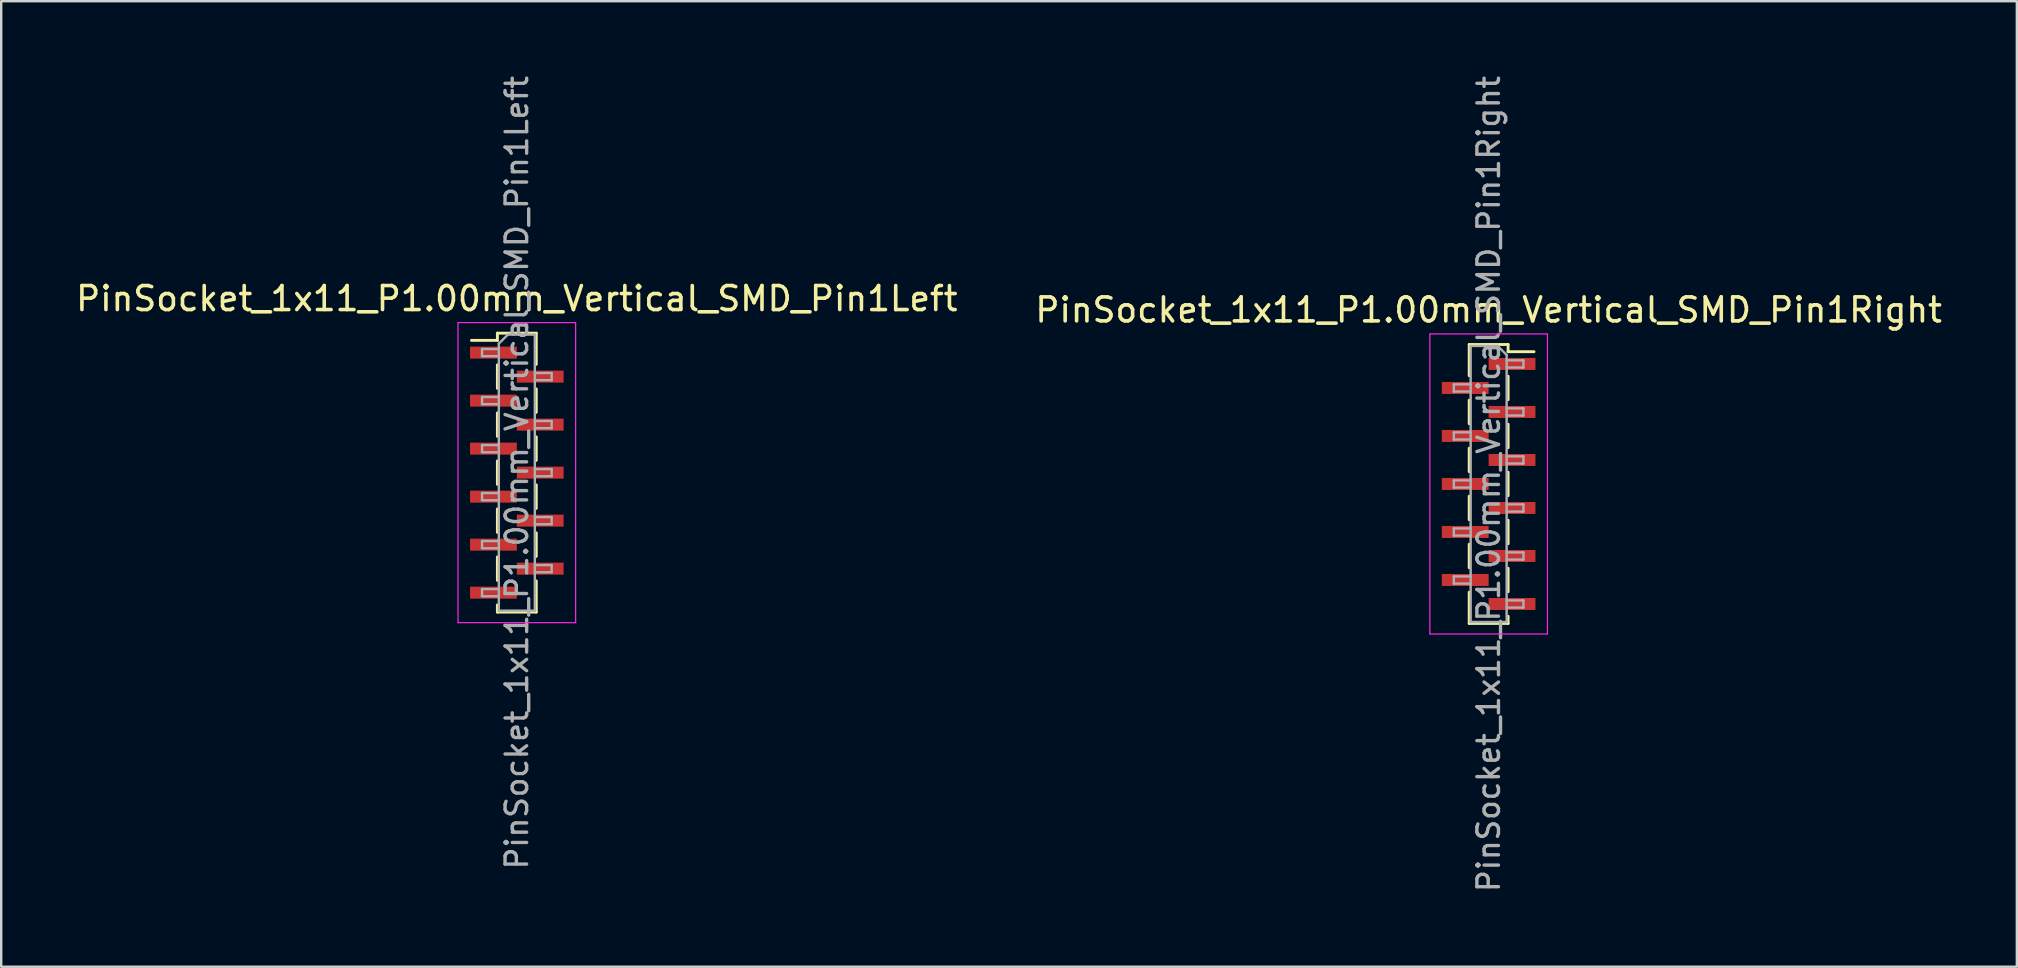
<source format=kicad_pcb>
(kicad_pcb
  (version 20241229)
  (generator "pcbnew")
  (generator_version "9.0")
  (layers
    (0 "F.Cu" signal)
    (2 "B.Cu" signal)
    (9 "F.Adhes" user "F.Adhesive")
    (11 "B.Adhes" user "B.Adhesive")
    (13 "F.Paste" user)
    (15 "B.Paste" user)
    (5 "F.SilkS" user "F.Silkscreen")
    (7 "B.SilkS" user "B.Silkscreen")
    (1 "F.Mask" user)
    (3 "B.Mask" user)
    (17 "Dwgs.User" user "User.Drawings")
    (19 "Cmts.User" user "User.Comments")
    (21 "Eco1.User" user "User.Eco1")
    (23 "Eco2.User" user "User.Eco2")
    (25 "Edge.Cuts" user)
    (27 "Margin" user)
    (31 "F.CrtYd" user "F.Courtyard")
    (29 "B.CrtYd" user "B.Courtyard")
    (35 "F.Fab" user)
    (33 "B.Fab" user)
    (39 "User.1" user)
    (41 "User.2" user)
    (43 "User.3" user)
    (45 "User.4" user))
  (footprint "PinSocket_1x11_P1.00mm_Vertical_SMD_Pin1Right"
    (layer "F.Cu")
    (at 58.97 17.113)
    (property "Reference" "PinSocket_1x11_P1.00mm_Vertical_SMD_Pin1Right" (at 0 -7.25 0) (layer "F.SilkS") (effects (font (size 1 1) (thickness 0.15))))
    (attr smd)
    (fp_line (start -0.81 -5.81) (end -0.81 -4.51) (stroke (width 0.12) (type solid)) (layer "F.SilkS"))
    (fp_line (start -0.81 -5.81) (end 0.81 -5.81) (stroke (width 0.12) (type solid)) (layer "F.SilkS"))
    (fp_line (start -0.81 -3.49) (end -0.81 -2.51) (stroke (width 0.12) (type solid)) (layer "F.SilkS"))
    (fp_line (start -0.81 -1.49) (end -0.81 -0.51) (stroke (width 0.12) (type solid)) (layer "F.SilkS"))
    (fp_line (start -0.81 0.51) (end -0.81 1.49) (stroke (width 0.12) (type solid)) (layer "F.SilkS"))
    (fp_line (start -0.81 2.51) (end -0.81 3.49) (stroke (width 0.12) (type solid)) (layer "F.SilkS"))
    (fp_line (start -0.81 4.51) (end -0.81 5.81) (stroke (width 0.12) (type solid)) (layer "F.SilkS"))
    (fp_line (start -0.81 5.81) (end 0.81 5.81) (stroke (width 0.12) (type solid)) (layer "F.SilkS"))
    (fp_line (start 0.81 -5.81) (end 0.81 -5.51) (stroke (width 0.12) (type solid)) (layer "F.SilkS"))
    (fp_line (start 0.81 -5.51) (end 1.89 -5.51) (stroke (width 0.12) (type solid)) (layer "F.SilkS"))
    (fp_line (start 0.81 -4.49) (end 0.81 -3.51) (stroke (width 0.12) (type solid)) (layer "F.SilkS"))
    (fp_line (start 0.81 -2.49) (end 0.81 -1.51) (stroke (width 0.12) (type solid)) (layer "F.SilkS"))
    (fp_line (start 0.81 -0.49) (end 0.81 0.49) (stroke (width 0.12) (type solid)) (layer "F.SilkS"))
    (fp_line (start 0.81 1.51) (end 0.81 2.49) (stroke (width 0.12) (type solid)) (layer "F.SilkS"))
    (fp_line (start 0.81 3.51) (end 0.81 4.49) (stroke (width 0.12) (type solid)) (layer "F.SilkS"))
    (fp_line (start 0.81 5.51) (end 0.81 5.81) (stroke (width 0.12) (type solid)) (layer "F.SilkS"))
    (fp_line (start -2.45 -6.25) (end 2.45 -6.25) (stroke (width 0.05) (type solid)) (layer "F.CrtYd"))
    (fp_line (start -2.45 6.25) (end -2.45 -6.25) (stroke (width 0.05) (type solid)) (layer "F.CrtYd"))
    (fp_line (start 2.45 -6.25) (end 2.45 6.25) (stroke (width 0.05) (type solid)) (layer "F.CrtYd"))
    (fp_line (start 2.45 6.25) (end -2.45 6.25) (stroke (width 0.05) (type solid)) (layer "F.CrtYd"))
    (fp_line (start -1.45 -4.15) (end -0.75 -4.15) (stroke (width 0.1) (type solid)) (layer "F.Fab"))
    (fp_line (start -1.45 -3.85) (end -1.45 -4.15) (stroke (width 0.1) (type solid)) (layer "F.Fab"))
    (fp_line (start -1.45 -2.15) (end -0.75 -2.15) (stroke (width 0.1) (type solid)) (layer "F.Fab"))
    (fp_line (start -1.45 -1.85) (end -1.45 -2.15) (stroke (width 0.1) (type solid)) (layer "F.Fab"))
    (fp_line (start -1.45 -0.15) (end -0.75 -0.15) (stroke (width 0.1) (type solid)) (layer "F.Fab"))
    (fp_line (start -1.45 0.15) (end -1.45 -0.15) (stroke (width 0.1) (type solid)) (layer "F.Fab"))
    (fp_line (start -1.45 1.85) (end -0.75 1.85) (stroke (width 0.1) (type solid)) (layer "F.Fab"))
    (fp_line (start -1.45 2.15) (end -1.45 1.85) (stroke (width 0.1) (type solid)) (layer "F.Fab"))
    (fp_line (start -1.45 3.85) (end -0.75 3.85) (stroke (width 0.1) (type solid)) (layer "F.Fab"))
    (fp_line (start -1.45 4.15) (end -1.45 3.85) (stroke (width 0.1) (type solid)) (layer "F.Fab"))
    (fp_line (start -0.75 -5.75) (end 0.375 -5.75) (stroke (width 0.1) (type solid)) (layer "F.Fab"))
    (fp_line (start -0.75 -3.85) (end -1.45 -3.85) (stroke (width 0.1) (type solid)) (layer "F.Fab"))
    (fp_line (start -0.75 -1.85) (end -1.45 -1.85) (stroke (width 0.1) (type solid)) (layer "F.Fab"))
    (fp_line (start -0.75 0.15) (end -1.45 0.15) (stroke (width 0.1) (type solid)) (layer "F.Fab"))
    (fp_line (start -0.75 2.15) (end -1.45 2.15) (stroke (width 0.1) (type solid)) (layer "F.Fab"))
    (fp_line (start -0.75 4.15) (end -1.45 4.15) (stroke (width 0.1) (type solid)) (layer "F.Fab"))
    (fp_line (start -0.75 5.75) (end -0.75 -5.75) (stroke (width 0.1) (type solid)) (layer "F.Fab"))
    (fp_line (start 0.375 -5.75) (end 0.75 -5.375) (stroke (width 0.1) (type solid)) (layer "F.Fab"))
    (fp_line (start 0.75 -5.375) (end 0.75 5.75) (stroke (width 0.1) (type solid)) (layer "F.Fab"))
    (fp_line (start 0.75 -5.15) (end 1.45 -5.15) (stroke (width 0.1) (type solid)) (layer "F.Fab"))
    (fp_line (start 0.75 -3.15) (end 1.45 -3.15) (stroke (width 0.1) (type solid)) (layer "F.Fab"))
    (fp_line (start 0.75 -1.15) (end 1.45 -1.15) (stroke (width 0.1) (type solid)) (layer "F.Fab"))
    (fp_line (start 0.75 0.85) (end 1.45 0.85) (stroke (width 0.1) (type solid)) (layer "F.Fab"))
    (fp_line (start 0.75 2.85) (end 1.45 2.85) (stroke (width 0.1) (type solid)) (layer "F.Fab"))
    (fp_line (start 0.75 4.85) (end 1.45 4.85) (stroke (width 0.1) (type solid)) (layer "F.Fab"))
    (fp_line (start 0.75 5.75) (end -0.75 5.75) (stroke (width 0.1) (type solid)) (layer "F.Fab"))
    (fp_line (start 1.45 -5.15) (end 1.45 -4.85) (stroke (width 0.1) (type solid)) (layer "F.Fab"))
    (fp_line (start 1.45 -4.85) (end 0.75 -4.85) (stroke (width 0.1) (type solid)) (layer "F.Fab"))
    (fp_line (start 1.45 -3.15) (end 1.45 -2.85) (stroke (width 0.1) (type solid)) (layer "F.Fab"))
    (fp_line (start 1.45 -2.85) (end 0.75 -2.85) (stroke (width 0.1) (type solid)) (layer "F.Fab"))
    (fp_line (start 1.45 -1.15) (end 1.45 -0.85) (stroke (width 0.1) (type solid)) (layer "F.Fab"))
    (fp_line (start 1.45 -0.85) (end 0.75 -0.85) (stroke (width 0.1) (type solid)) (layer "F.Fab"))
    (fp_line (start 1.45 0.85) (end 1.45 1.15) (stroke (width 0.1) (type solid)) (layer "F.Fab"))
    (fp_line (start 1.45 1.15) (end 0.75 1.15) (stroke (width 0.1) (type solid)) (layer "F.Fab"))
    (fp_line (start 1.45 2.85) (end 1.45 3.15) (stroke (width 0.1) (type solid)) (layer "F.Fab"))
    (fp_line (start 1.45 3.15) (end 0.75 3.15) (stroke (width 0.1) (type solid)) (layer "F.Fab"))
    (fp_line (start 1.45 4.85) (end 1.45 5.15) (stroke (width 0.1) (type solid)) (layer "F.Fab"))
    (fp_line (start 1.45 5.15) (end 0.75 5.15) (stroke (width 0.1) (type solid)) (layer "F.Fab"))
    (fp_text user "${REFERENCE}" (at 0 0 90) (layer "F.Fab") (effects (font (size 0.9 0.9) (thickness 0.14))))
    (pad "1" smd rect (at 0.975 -5) (size 1.95 0.5) (layers "F.Cu" "F.Mask" "F.Paste"))
    (pad "2" smd rect (at -0.975 -4) (size 1.95 0.5) (layers "F.Cu" "F.Mask" "F.Paste"))
    (pad "3" smd rect (at 0.975 -3) (size 1.95 0.5) (layers "F.Cu" "F.Mask" "F.Paste"))
    (pad "4" smd rect (at -0.975 -2) (size 1.95 0.5) (layers "F.Cu" "F.Mask" "F.Paste"))
    (pad "5" smd rect (at 0.975 -1) (size 1.95 0.5) (layers "F.Cu" "F.Mask" "F.Paste"))
    (pad "6" smd rect (at -0.975 0) (size 1.95 0.5) (layers "F.Cu" "F.Mask" "F.Paste"))
    (pad "7" smd rect (at 0.975 1) (size 1.95 0.5) (layers "F.Cu" "F.Mask" "F.Paste"))
    (pad "8" smd rect (at -0.975 2) (size 1.95 0.5) (layers "F.Cu" "F.Mask" "F.Paste"))
    (pad "9" smd rect (at 0.975 3) (size 1.95 0.5) (layers "F.Cu" "F.Mask" "F.Paste"))
    (pad "10" smd rect (at -0.975 4) (size 1.95 0.5) (layers "F.Cu" "F.Mask" "F.Paste"))
    (pad "11" smd rect (at 0.975 5) (size 1.95 0.5) (layers "F.Cu" "F.Mask" "F.Paste")))
  (footprint "PinSocket_1x11_P1.00mm_Vertical_SMD_Pin1Left"
    (layer "F.Cu")
    (at 18.482 16.641)
    (property "Reference" "PinSocket_1x11_P1.00mm_Vertical_SMD_Pin1Left" (at 0 -7.25 0) (layer "F.SilkS") (effects (font (size 1 1) (thickness 0.15))))
    (attr smd)
    (fp_line (start -1.89 -5.51) (end -0.81 -5.51) (stroke (width 0.12) (type solid)) (layer "F.SilkS"))
    (fp_line (start -0.81 -5.81) (end -0.81 -5.51) (stroke (width 0.12) (type solid)) (layer "F.SilkS"))
    (fp_line (start -0.81 -5.81) (end 0.81 -5.81) (stroke (width 0.12) (type solid)) (layer "F.SilkS"))
    (fp_line (start -0.81 -4.49) (end -0.81 -3.51) (stroke (width 0.12) (type solid)) (layer "F.SilkS"))
    (fp_line (start -0.81 -2.49) (end -0.81 -1.51) (stroke (width 0.12) (type solid)) (layer "F.SilkS"))
    (fp_line (start -0.81 -0.49) (end -0.81 0.49) (stroke (width 0.12) (type solid)) (layer "F.SilkS"))
    (fp_line (start -0.81 1.51) (end -0.81 2.49) (stroke (width 0.12) (type solid)) (layer "F.SilkS"))
    (fp_line (start -0.81 3.51) (end -0.81 4.49) (stroke (width 0.12) (type solid)) (layer "F.SilkS"))
    (fp_line (start -0.81 5.51) (end -0.81 5.81) (stroke (width 0.12) (type solid)) (layer "F.SilkS"))
    (fp_line (start -0.81 5.81) (end 0.81 5.81) (stroke (width 0.12) (type solid)) (layer "F.SilkS"))
    (fp_line (start 0.81 -5.81) (end 0.81 -4.51) (stroke (width 0.12) (type solid)) (layer "F.SilkS"))
    (fp_line (start 0.81 -3.49) (end 0.81 -2.51) (stroke (width 0.12) (type solid)) (layer "F.SilkS"))
    (fp_line (start 0.81 -1.49) (end 0.81 -0.51) (stroke (width 0.12) (type solid)) (layer "F.SilkS"))
    (fp_line (start 0.81 0.51) (end 0.81 1.49) (stroke (width 0.12) (type solid)) (layer "F.SilkS"))
    (fp_line (start 0.81 2.51) (end 0.81 3.49) (stroke (width 0.12) (type solid)) (layer "F.SilkS"))
    (fp_line (start 0.81 4.51) (end 0.81 5.81) (stroke (width 0.12) (type solid)) (layer "F.SilkS"))
    (fp_line (start -2.45 -6.25) (end 2.45 -6.25) (stroke (width 0.05) (type solid)) (layer "F.CrtYd"))
    (fp_line (start -2.45 6.25) (end -2.45 -6.25) (stroke (width 0.05) (type solid)) (layer "F.CrtYd"))
    (fp_line (start 2.45 -6.25) (end 2.45 6.25) (stroke (width 0.05) (type solid)) (layer "F.CrtYd"))
    (fp_line (start 2.45 6.25) (end -2.45 6.25) (stroke (width 0.05) (type solid)) (layer "F.CrtYd"))
    (fp_line (start -1.45 -5.15) (end -0.75 -5.15) (stroke (width 0.1) (type solid)) (layer "F.Fab"))
    (fp_line (start -1.45 -4.85) (end -1.45 -5.15) (stroke (width 0.1) (type solid)) (layer "F.Fab"))
    (fp_line (start -1.45 -3.15) (end -0.75 -3.15) (stroke (width 0.1) (type solid)) (layer "F.Fab"))
    (fp_line (start -1.45 -2.85) (end -1.45 -3.15) (stroke (width 0.1) (type solid)) (layer "F.Fab"))
    (fp_line (start -1.45 -1.15) (end -0.75 -1.15) (stroke (width 0.1) (type solid)) (layer "F.Fab"))
    (fp_line (start -1.45 -0.85) (end -1.45 -1.15) (stroke (width 0.1) (type solid)) (layer "F.Fab"))
    (fp_line (start -1.45 0.85) (end -0.75 0.85) (stroke (width 0.1) (type solid)) (layer "F.Fab"))
    (fp_line (start -1.45 1.15) (end -1.45 0.85) (stroke (width 0.1) (type solid)) (layer "F.Fab"))
    (fp_line (start -1.45 2.85) (end -0.75 2.85) (stroke (width 0.1) (type solid)) (layer "F.Fab"))
    (fp_line (start -1.45 3.15) (end -1.45 2.85) (stroke (width 0.1) (type solid)) (layer "F.Fab"))
    (fp_line (start -1.45 4.85) (end -0.75 4.85) (stroke (width 0.1) (type solid)) (layer "F.Fab"))
    (fp_line (start -1.45 5.15) (end -1.45 4.85) (stroke (width 0.1) (type solid)) (layer "F.Fab"))
    (fp_line (start -0.75 -5.375) (end -0.375 -5.75) (stroke (width 0.1) (type solid)) (layer "F.Fab"))
    (fp_line (start -0.75 -4.85) (end -1.45 -4.85) (stroke (width 0.1) (type solid)) (layer "F.Fab"))
    (fp_line (start -0.75 -2.85) (end -1.45 -2.85) (stroke (width 0.1) (type solid)) (layer "F.Fab"))
    (fp_line (start -0.75 -0.85) (end -1.45 -0.85) (stroke (width 0.1) (type solid)) (layer "F.Fab"))
    (fp_line (start -0.75 1.15) (end -1.45 1.15) (stroke (width 0.1) (type solid)) (layer "F.Fab"))
    (fp_line (start -0.75 3.15) (end -1.45 3.15) (stroke (width 0.1) (type solid)) (layer "F.Fab"))
    (fp_line (start -0.75 5.15) (end -1.45 5.15) (stroke (width 0.1) (type solid)) (layer "F.Fab"))
    (fp_line (start -0.75 5.75) (end -0.75 -5.375) (stroke (width 0.1) (type solid)) (layer "F.Fab"))
    (fp_line (start -0.375 -5.75) (end 0.75 -5.75) (stroke (width 0.1) (type solid)) (layer "F.Fab"))
    (fp_line (start 0.75 -5.75) (end 0.75 5.75) (stroke (width 0.1) (type solid)) (layer "F.Fab"))
    (fp_line (start 0.75 -4.15) (end 1.45 -4.15) (stroke (width 0.1) (type solid)) (layer "F.Fab"))
    (fp_line (start 0.75 -2.15) (end 1.45 -2.15) (stroke (width 0.1) (type solid)) (layer "F.Fab"))
    (fp_line (start 0.75 -0.15) (end 1.45 -0.15) (stroke (width 0.1) (type solid)) (layer "F.Fab"))
    (fp_line (start 0.75 1.85) (end 1.45 1.85) (stroke (width 0.1) (type solid)) (layer "F.Fab"))
    (fp_line (start 0.75 3.85) (end 1.45 3.85) (stroke (width 0.1) (type solid)) (layer "F.Fab"))
    (fp_line (start 0.75 5.75) (end -0.75 5.75) (stroke (width 0.1) (type solid)) (layer "F.Fab"))
    (fp_line (start 1.45 -4.15) (end 1.45 -3.85) (stroke (width 0.1) (type solid)) (layer "F.Fab"))
    (fp_line (start 1.45 -3.85) (end 0.75 -3.85) (stroke (width 0.1) (type solid)) (layer "F.Fab"))
    (fp_line (start 1.45 -2.15) (end 1.45 -1.85) (stroke (width 0.1) (type solid)) (layer "F.Fab"))
    (fp_line (start 1.45 -1.85) (end 0.75 -1.85) (stroke (width 0.1) (type solid)) (layer "F.Fab"))
    (fp_line (start 1.45 -0.15) (end 1.45 0.15) (stroke (width 0.1) (type solid)) (layer "F.Fab"))
    (fp_line (start 1.45 0.15) (end 0.75 0.15) (stroke (width 0.1) (type solid)) (layer "F.Fab"))
    (fp_line (start 1.45 1.85) (end 1.45 2.15) (stroke (width 0.1) (type solid)) (layer "F.Fab"))
    (fp_line (start 1.45 2.15) (end 0.75 2.15) (stroke (width 0.1) (type solid)) (layer "F.Fab"))
    (fp_line (start 1.45 3.85) (end 1.45 4.15) (stroke (width 0.1) (type solid)) (layer "F.Fab"))
    (fp_line (start 1.45 4.15) (end 0.75 4.15) (stroke (width 0.1) (type solid)) (layer "F.Fab"))
    (fp_text user "${REFERENCE}" (at 0 0 90) (layer "F.Fab") (effects (font (size 0.9 0.9) (thickness 0.14))))
    (pad "1" smd rect (at -0.975 -5) (size 1.95 0.5) (layers "F.Cu" "F.Mask" "F.Paste"))
    (pad "2" smd rect (at 0.975 -4) (size 1.95 0.5) (layers "F.Cu" "F.Mask" "F.Paste"))
    (pad "3" smd rect (at -0.975 -3) (size 1.95 0.5) (layers "F.Cu" "F.Mask" "F.Paste"))
    (pad "4" smd rect (at 0.975 -2) (size 1.95 0.5) (layers "F.Cu" "F.Mask" "F.Paste"))
    (pad "5" smd rect (at -0.975 -1) (size 1.95 0.5) (layers "F.Cu" "F.Mask" "F.Paste"))
    (pad "6" smd rect (at 0.975 0) (size 1.95 0.5) (layers "F.Cu" "F.Mask" "F.Paste"))
    (pad "7" smd rect (at -0.975 1) (size 1.95 0.5) (layers "F.Cu" "F.Mask" "F.Paste"))
    (pad "8" smd rect (at 0.975 2) (size 1.95 0.5) (layers "F.Cu" "F.Mask" "F.Paste"))
    (pad "9" smd rect (at -0.975 3) (size 1.95 0.5) (layers "F.Cu" "F.Mask" "F.Paste"))
    (pad "10" smd rect (at 0.975 4) (size 1.95 0.5) (layers "F.Cu" "F.Mask" "F.Paste"))
    (pad "11" smd rect (at -0.975 5) (size 1.95 0.5) (layers "F.Cu" "F.Mask" "F.Paste")))
  (gr_rect
    (start -3 -3)
    (end 80.976 37.226)
    (stroke (width 0.1) (type default))
    (fill no)
    (layer "Edge.Cuts")))
</source>
